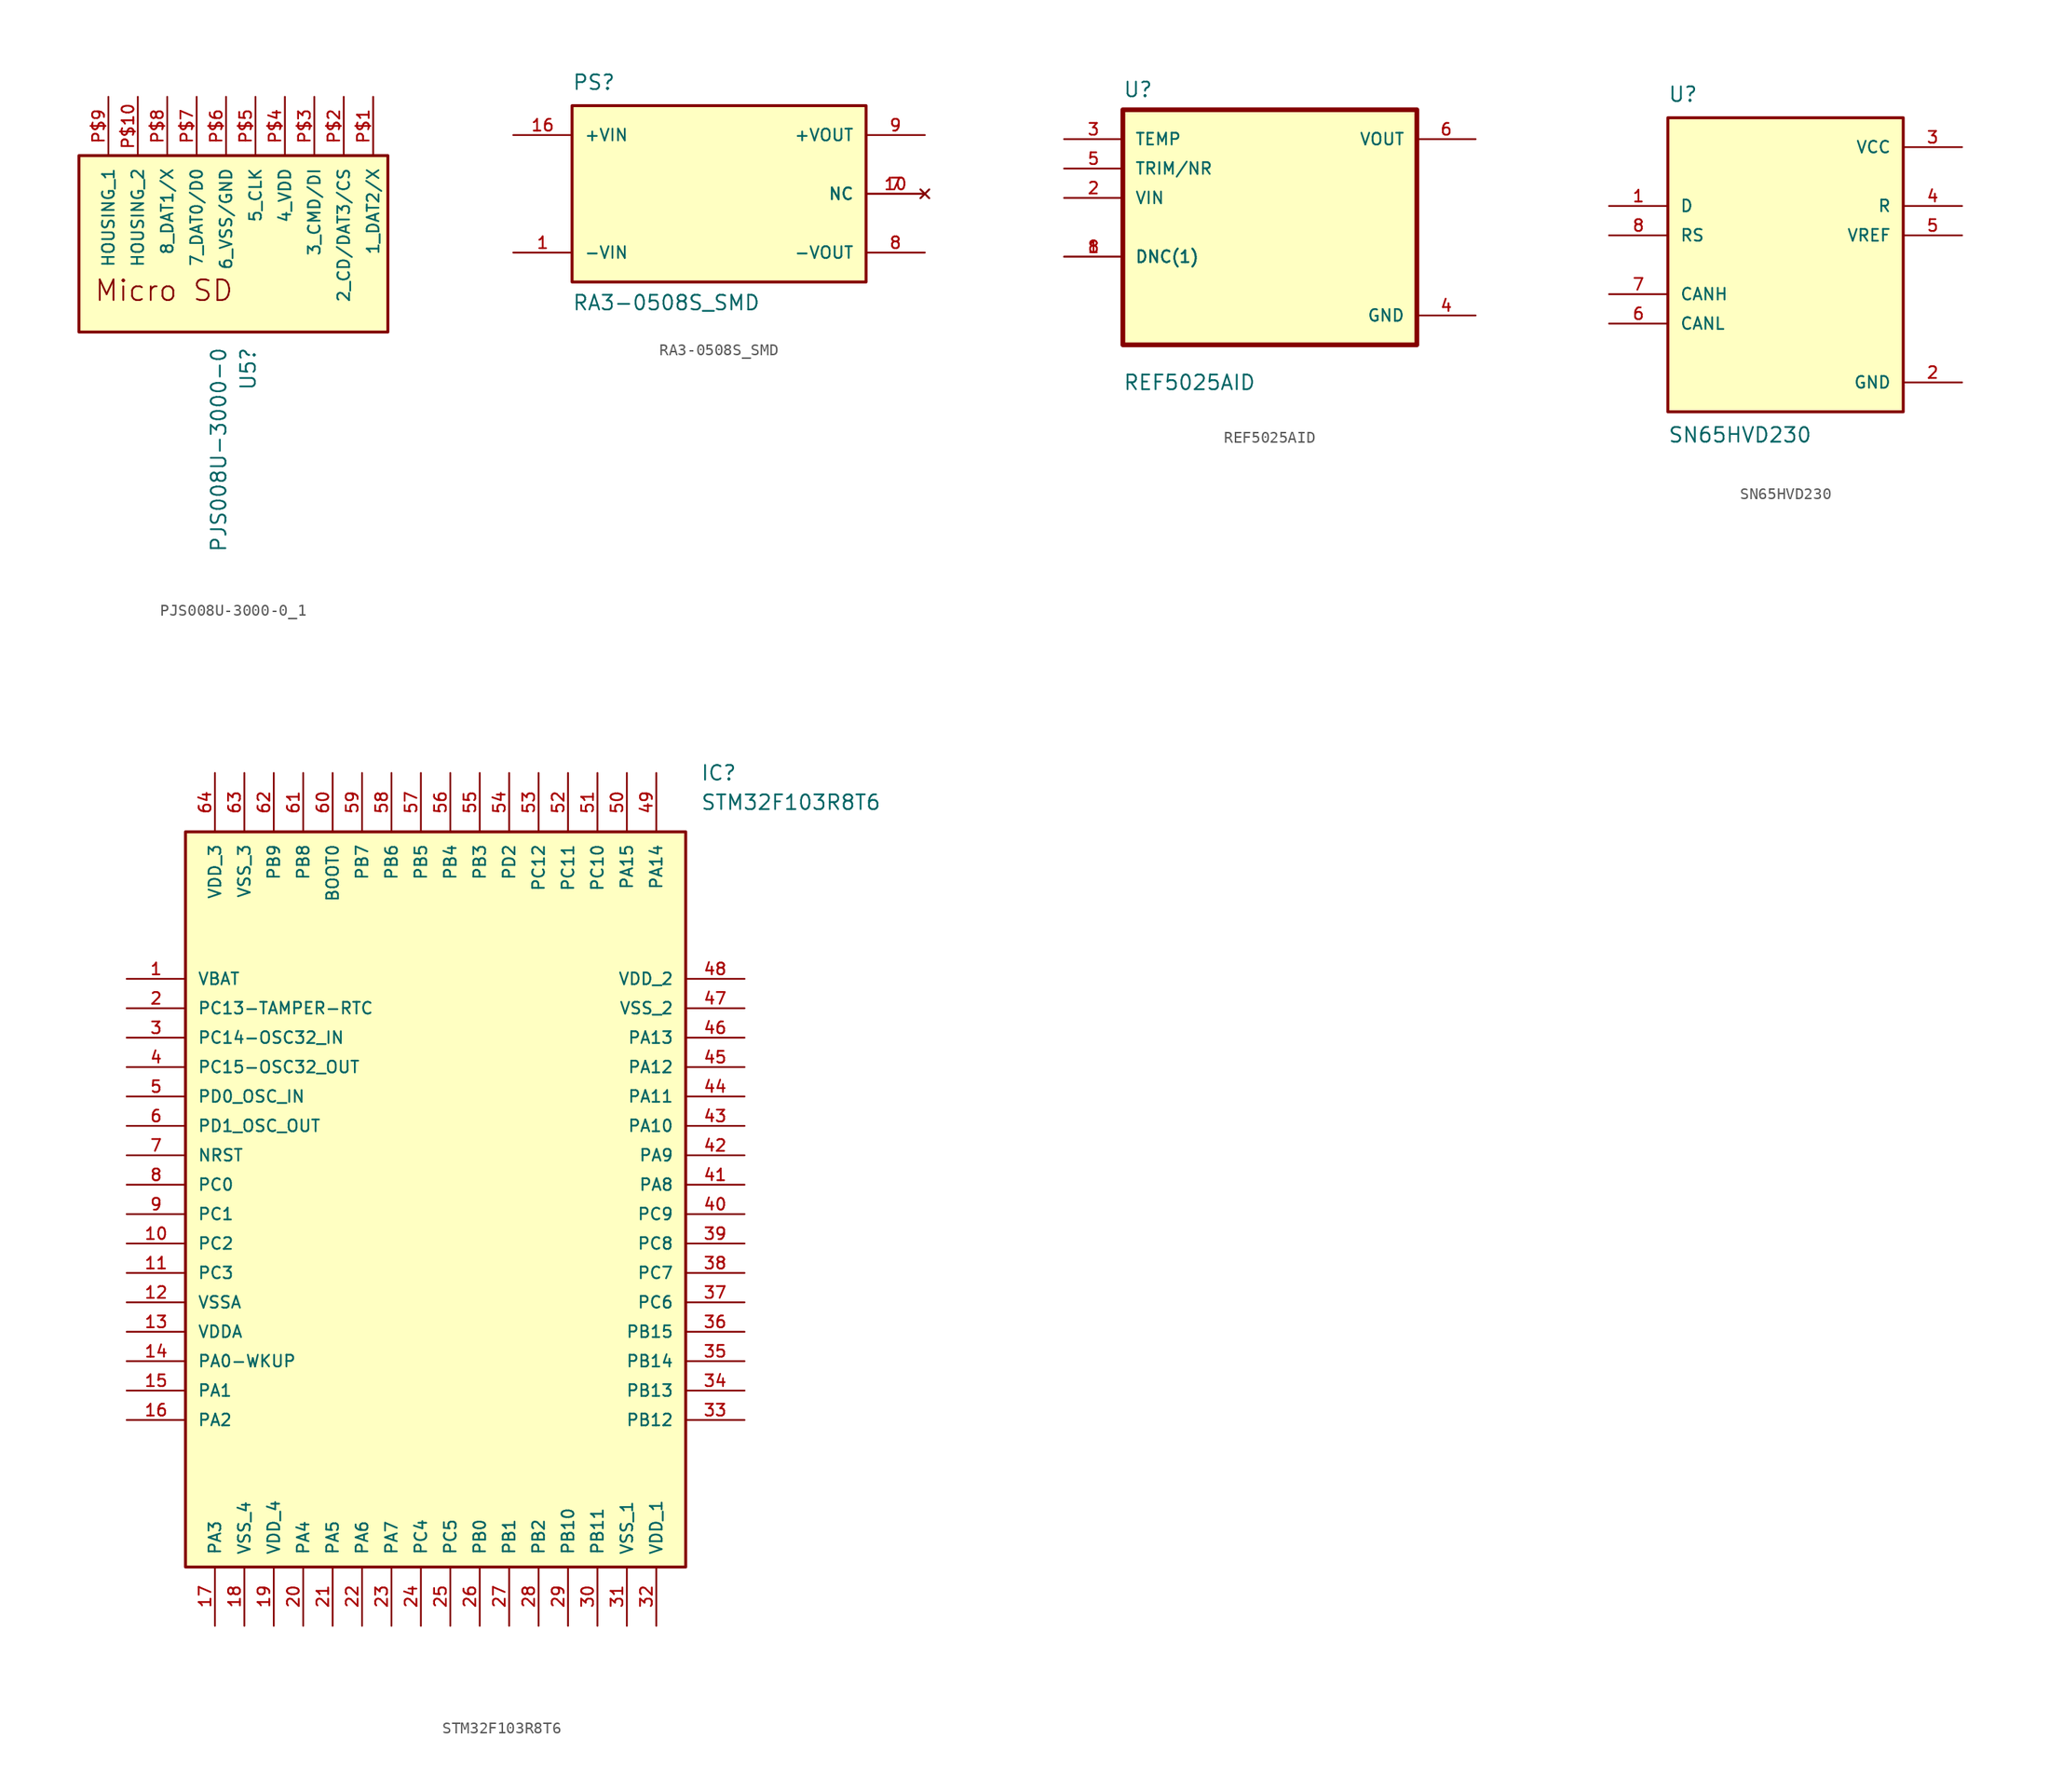
<source format=kicad_sym>
(kicad_symbol_lib
  (version 20231120)
  (generator "kicad_symbol_editor")
  (generator_version "8.0")
  (symbol "PJS008U-3000-0_1"
    (pin_names
      (offset 1.016))
    (property "Reference" "U5"
      (at 1.905 -12.7 90)
      (effects (font (size 1.27 1.27)) (justify right)))
    (property "Value" "PJS008U-3000-0"
      (at -0.635 -12.7 90)
      (effects (font (size 1.27 1.27)) (justify right)))
    (symbol "PJS008U-3000-0_1_0_0"
      (rectangle (start -12.7 3.81) (end 13.97 -11.43) (stroke (width 0.254) (type default)) (fill (type background)))
      (text "Micro SD" (at -11.43 -8.89 0) (effects (font (size 1.778 1.778)) (justify left bottom)))
      (pin bidirectional line (at 12.7 8.89 270) (length 5.08) (name "1_DAT2/X" (effects (font (size 1.016 1.016)))) (number "P$1" (effects (font (size 1.016 1.016)))))
      (pin bidirectional line (at -7.62 8.89 270) (length 5.08) (name "HOUSING_2" (effects (font (size 1.016 1.016)))) (number "P$10" (effects (font (size 1.016 1.016)))))
      (pin bidirectional line (at 10.16 8.89 270) (length 5.08) (name "2_CD/DAT3/CS" (effects (font (size 1.016 1.016)))) (number "P$2" (effects (font (size 1.016 1.016)))))
      (pin bidirectional line (at 7.62 8.89 270) (length 5.08) (name "3_CMD/DI" (effects (font (size 1.016 1.016)))) (number "P$3" (effects (font (size 1.016 1.016)))))
      (pin power_in line (at 5.08 8.89 270) (length 5.08) (name "4_VDD" (effects (font (size 1.016 1.016)))) (number "P$4" (effects (font (size 1.016 1.016)))))
      (pin bidirectional line (at 2.54 8.89 270) (length 5.08) (name "5_CLK" (effects (font (size 1.016 1.016)))) (number "P$5" (effects (font (size 1.016 1.016)))))
      (pin bidirectional line (at 0 8.89 270) (length 5.08) (name "6_VSS/GND" (effects (font (size 1.016 1.016)))) (number "P$6" (effects (font (size 1.016 1.016)))))
      (pin bidirectional line (at -2.54 8.89 270) (length 5.08) (name "7_DAT0/D0" (effects (font (size 1.016 1.016)))) (number "P$7" (effects (font (size 1.016 1.016)))))
      (pin bidirectional line (at -5.08 8.89 270) (length 5.08) (name "8_DAT1/X" (effects (font (size 1.016 1.016)))) (number "P$8" (effects (font (size 1.016 1.016)))))
      (pin bidirectional line (at -10.16 8.89 270) (length 5.08) (name "HOUSING_1" (effects (font (size 1.016 1.016)))) (number "P$9" (effects (font (size 1.016 1.016)))))))
  (symbol "RA3-0508S_SMD"
    (pin_names
      (offset 1.016))
    (property "Reference" "PS"
      (at -12.7 8.89 0)
      (effects (font (size 1.27 1.27)) (justify left bottom)))
    (property "Value" "RA3-0508S_SMD"
      (at -12.7 -10.16 0)
      (effects (font (size 1.27 1.27)) (justify left bottom)))
    (symbol "RA3-0508S_SMD_0_0"
      (rectangle (start -12.7 -7.62) (end 12.7 7.62) (stroke (width 0.254) (type default)) (fill (type background)))
      (pin input line (at -17.78 -5.08 0) (length 5.08) (name "-VIN" (effects (font (size 1.016 1.016)))) (number "1" (effects (font (size 1.016 1.016)))))
      (pin no_connect line (at 17.78 0 180) (length 5.08) (name "NC" (effects (font (size 1.016 1.016)))) (number "10" (effects (font (size 1.016 1.016)))))
      (pin input line (at -17.78 5.08 0) (length 5.08) (name "+VIN" (effects (font (size 1.016 1.016)))) (number "16" (effects (font (size 1.016 1.016)))))
      (pin no_connect line (at 17.78 0 180) (length 5.08) (name "NC" (effects (font (size 1.016 1.016)))) (number "7" (effects (font (size 1.016 1.016)))))
      (pin output line (at 17.78 -5.08 180) (length 5.08) (name "-VOUT" (effects (font (size 1.016 1.016)))) (number "8" (effects (font (size 1.016 1.016)))))
      (pin output line (at 17.78 5.08 180) (length 5.08) (name "+VOUT" (effects (font (size 1.016 1.016)))) (number "9" (effects (font (size 1.016 1.016)))))))
  (symbol "REF5025AID"
    (pin_names
      (offset 1.016))
    (property "Reference" "U"
      (at -12.7 11.16 0)
      (effects (font (size 1.27 1.27)) (justify left bottom)))
    (property "Value" "REF5025AID"
      (at -12.7 -14.16 0)
      (effects (font (size 1.27 1.27)) (justify left bottom)))
    (symbol "REF5025AID_0_0"
      (rectangle (start -12.7 -10.16) (end 12.7 10.16) (stroke (width 0.41) (type default)) (fill (type background)))
      (pin bidirectional line (at -17.78 -2.54 0) (length 5.08) (name "DNC(1)" (effects (font (size 1.016 1.016)))) (number "1" (effects (font (size 1.016 1.016)))))
      (pin input line (at -17.78 2.54 0) (length 5.08) (name "VIN" (effects (font (size 1.016 1.016)))) (number "2" (effects (font (size 1.016 1.016)))))
      (pin input line (at -17.78 7.62 0) (length 5.08) (name "TEMP" (effects (font (size 1.016 1.016)))) (number "3" (effects (font (size 1.016 1.016)))))
      (pin power_in line (at 17.78 -7.62 180) (length 5.08) (name "GND" (effects (font (size 1.016 1.016)))) (number "4" (effects (font (size 1.016 1.016)))))
      (pin input line (at -17.78 5.08 0) (length 5.08) (name "TRIM/NR" (effects (font (size 1.016 1.016)))) (number "5" (effects (font (size 1.016 1.016)))))
      (pin output line (at 17.78 7.62 180) (length 5.08) (name "VOUT" (effects (font (size 1.016 1.016)))) (number "6" (effects (font (size 1.016 1.016)))))
      (pin bidirectional line (at -17.78 -2.54 0) (length 5.08) (name "DNC(1)" (effects (font (size 1.016 1.016)))) (number "8" (effects (font (size 1.016 1.016)))))))
  (symbol "SN65HVD230"
    (pin_names
      (offset 1.016))
    (property "Reference" "U"
      (at -10.164 13.977 0)
      (effects (font (size 1.27 1.27)) (justify left bottom)))
    (property "Value" "SN65HVD230"
      (at -10.171 -13.956 0)
      (effects (font (size 1.27 1.27)) (justify left top)))
    (symbol "SN65HVD230_0_0"
      (rectangle (start -10.16 -12.7) (end 10.16 12.7) (stroke (width 0.254) (type default)) (fill (type background)))
      (pin input line (at -15.24 5.08 0) (length 5.08) (name "D" (effects (font (size 1.016 1.016)))) (number "1" (effects (font (size 1.016 1.016)))))
      (pin power_in line (at 15.24 -10.16 180) (length 5.08) (name "GND" (effects (font (size 1.016 1.016)))) (number "2" (effects (font (size 1.016 1.016)))))
      (pin power_in line (at 15.24 10.16 180) (length 5.08) (name "VCC" (effects (font (size 1.016 1.016)))) (number "3" (effects (font (size 1.016 1.016)))))
      (pin output line (at 15.24 5.08 180) (length 5.08) (name "R" (effects (font (size 1.016 1.016)))) (number "4" (effects (font (size 1.016 1.016)))))
      (pin output line (at 15.24 2.54 180) (length 5.08) (name "VREF" (effects (font (size 1.016 1.016)))) (number "5" (effects (font (size 1.016 1.016)))))
      (pin bidirectional line (at -15.24 -5.08 0) (length 5.08) (name "CANL" (effects (font (size 1.016 1.016)))) (number "6" (effects (font (size 1.016 1.016)))))
      (pin bidirectional line (at -15.24 -2.54 0) (length 5.08) (name "CANH" (effects (font (size 1.016 1.016)))) (number "7" (effects (font (size 1.016 1.016)))))
      (pin input line (at -15.24 2.54 0) (length 5.08) (name "RS" (effects (font (size 1.016 1.016)))) (number "8" (effects (font (size 1.016 1.016)))))))
  (symbol "STM32F103R8T6"
    (pin_names
      (offset 1.016))
    (property "Reference" "IC"
      (at 49.53 17.78 0)
      (effects (font (size 1.27 1.27)) (justify left)))
    (property "Value" "STM32F103R8T6"
      (at 49.53 15.24 0)
      (effects (font (size 1.27 1.27)) (justify left)))
    (symbol "STM32F103R8T6_0_0"
      (rectangle (start 5.08 -50.8) (end 48.26 12.7) (stroke (width 0.254) (type default)) (fill (type background)))
      (pin bidirectional line (at 0 0 0) (length 5.08) (name "VBAT" (effects (font (size 1.016 1.016)))) (number "1" (effects (font (size 1.016 1.016)))))
      (pin bidirectional line (at 0 -22.86 0) (length 5.08) (name "PC2" (effects (font (size 1.016 1.016)))) (number "10" (effects (font (size 1.016 1.016)))))
      (pin bidirectional line (at 0 -25.4 0) (length 5.08) (name "PC3" (effects (font (size 1.016 1.016)))) (number "11" (effects (font (size 1.016 1.016)))))
      (pin power_in line (at 0 -27.94 0) (length 5.08) (name "VSSA" (effects (font (size 1.016 1.016)))) (number "12" (effects (font (size 1.016 1.016)))))
      (pin power_in line (at 0 -30.48 0) (length 5.08) (name "VDDA" (effects (font (size 1.016 1.016)))) (number "13" (effects (font (size 1.016 1.016)))))
      (pin bidirectional line (at 0 -33.02 0) (length 5.08) (name "PA0-WKUP" (effects (font (size 1.016 1.016)))) (number "14" (effects (font (size 1.016 1.016)))))
      (pin bidirectional line (at 0 -35.56 0) (length 5.08) (name "PA1" (effects (font (size 1.016 1.016)))) (number "15" (effects (font (size 1.016 1.016)))))
      (pin bidirectional line (at 0 -38.1 0) (length 5.08) (name "PA2" (effects (font (size 1.016 1.016)))) (number "16" (effects (font (size 1.016 1.016)))))
      (pin bidirectional line (at 7.62 -55.88 90) (length 5.08) (name "PA3" (effects (font (size 1.016 1.016)))) (number "17" (effects (font (size 1.016 1.016)))))
      (pin power_in line (at 10.16 -55.88 90) (length 5.08) (name "VSS_4" (effects (font (size 1.016 1.016)))) (number "18" (effects (font (size 1.016 1.016)))))
      (pin power_in line (at 12.7 -55.88 90) (length 5.08) (name "VDD_4" (effects (font (size 1.016 1.016)))) (number "19" (effects (font (size 1.016 1.016)))))
      (pin bidirectional line (at 0 -2.54 0) (length 5.08) (name "PC13-TAMPER-RTC" (effects (font (size 1.016 1.016)))) (number "2" (effects (font (size 1.016 1.016)))))
      (pin bidirectional line (at 15.24 -55.88 90) (length 5.08) (name "PA4" (effects (font (size 1.016 1.016)))) (number "20" (effects (font (size 1.016 1.016)))))
      (pin bidirectional line (at 17.78 -55.88 90) (length 5.08) (name "PA5" (effects (font (size 1.016 1.016)))) (number "21" (effects (font (size 1.016 1.016)))))
      (pin bidirectional line (at 20.32 -55.88 90) (length 5.08) (name "PA6" (effects (font (size 1.016 1.016)))) (number "22" (effects (font (size 1.016 1.016)))))
      (pin bidirectional line (at 22.86 -55.88 90) (length 5.08) (name "PA7" (effects (font (size 1.016 1.016)))) (number "23" (effects (font (size 1.016 1.016)))))
      (pin bidirectional line (at 25.4 -55.88 90) (length 5.08) (name "PC4" (effects (font (size 1.016 1.016)))) (number "24" (effects (font (size 1.016 1.016)))))
      (pin bidirectional line (at 27.94 -55.88 90) (length 5.08) (name "PC5" (effects (font (size 1.016 1.016)))) (number "25" (effects (font (size 1.016 1.016)))))
      (pin bidirectional line (at 30.48 -55.88 90) (length 5.08) (name "PB0" (effects (font (size 1.016 1.016)))) (number "26" (effects (font (size 1.016 1.016)))))
      (pin bidirectional line (at 33.02 -55.88 90) (length 5.08) (name "PB1" (effects (font (size 1.016 1.016)))) (number "27" (effects (font (size 1.016 1.016)))))
      (pin bidirectional line (at 35.56 -55.88 90) (length 5.08) (name "PB2" (effects (font (size 1.016 1.016)))) (number "28" (effects (font (size 1.016 1.016)))))
      (pin bidirectional line (at 38.1 -55.88 90) (length 5.08) (name "PB10" (effects (font (size 1.016 1.016)))) (number "29" (effects (font (size 1.016 1.016)))))
      (pin input line (at 0 -5.08 0) (length 5.08) (name "PC14-OSC32_IN" (effects (font (size 1.016 1.016)))) (number "3" (effects (font (size 1.016 1.016)))))
      (pin bidirectional line (at 40.64 -55.88 90) (length 5.08) (name "PB11" (effects (font (size 1.016 1.016)))) (number "30" (effects (font (size 1.016 1.016)))))
      (pin power_in line (at 43.18 -55.88 90) (length 5.08) (name "VSS_1" (effects (font (size 1.016 1.016)))) (number "31" (effects (font (size 1.016 1.016)))))
      (pin power_in line (at 45.72 -55.88 90) (length 5.08) (name "VDD_1" (effects (font (size 1.016 1.016)))) (number "32" (effects (font (size 1.016 1.016)))))
      (pin bidirectional line (at 53.34 -38.1 180) (length 5.08) (name "PB12" (effects (font (size 1.016 1.016)))) (number "33" (effects (font (size 1.016 1.016)))))
      (pin bidirectional line (at 53.34 -35.56 180) (length 5.08) (name "PB13" (effects (font (size 1.016 1.016)))) (number "34" (effects (font (size 1.016 1.016)))))
      (pin bidirectional line (at 53.34 -33.02 180) (length 5.08) (name "PB14" (effects (font (size 1.016 1.016)))) (number "35" (effects (font (size 1.016 1.016)))))
      (pin bidirectional line (at 53.34 -30.48 180) (length 5.08) (name "PB15" (effects (font (size 1.016 1.016)))) (number "36" (effects (font (size 1.016 1.016)))))
      (pin bidirectional line (at 53.34 -27.94 180) (length 5.08) (name "PC6" (effects (font (size 1.016 1.016)))) (number "37" (effects (font (size 1.016 1.016)))))
      (pin bidirectional line (at 53.34 -25.4 180) (length 5.08) (name "PC7" (effects (font (size 1.016 1.016)))) (number "38" (effects (font (size 1.016 1.016)))))
      (pin bidirectional line (at 53.34 -22.86 180) (length 5.08) (name "PC8" (effects (font (size 1.016 1.016)))) (number "39" (effects (font (size 1.016 1.016)))))
      (pin output line (at 0 -7.62 0) (length 5.08) (name "PC15-OSC32_OUT" (effects (font (size 1.016 1.016)))) (number "4" (effects (font (size 1.016 1.016)))))
      (pin bidirectional line (at 53.34 -20.32 180) (length 5.08) (name "PC9" (effects (font (size 1.016 1.016)))) (number "40" (effects (font (size 1.016 1.016)))))
      (pin bidirectional line (at 53.34 -17.78 180) (length 5.08) (name "PA8" (effects (font (size 1.016 1.016)))) (number "41" (effects (font (size 1.016 1.016)))))
      (pin bidirectional line (at 53.34 -15.24 180) (length 5.08) (name "PA9" (effects (font (size 1.016 1.016)))) (number "42" (effects (font (size 1.016 1.016)))))
      (pin bidirectional line (at 53.34 -12.7 180) (length 5.08) (name "PA10" (effects (font (size 1.016 1.016)))) (number "43" (effects (font (size 1.016 1.016)))))
      (pin bidirectional line (at 53.34 -10.16 180) (length 5.08) (name "PA11" (effects (font (size 1.016 1.016)))) (number "44" (effects (font (size 1.016 1.016)))))
      (pin bidirectional line (at 53.34 -7.62 180) (length 5.08) (name "PA12" (effects (font (size 1.016 1.016)))) (number "45" (effects (font (size 1.016 1.016)))))
      (pin bidirectional line (at 53.34 -5.08 180) (length 5.08) (name "PA13" (effects (font (size 1.016 1.016)))) (number "46" (effects (font (size 1.016 1.016)))))
      (pin power_in line (at 53.34 -2.54 180) (length 5.08) (name "VSS_2" (effects (font (size 1.016 1.016)))) (number "47" (effects (font (size 1.016 1.016)))))
      (pin power_in line (at 53.34 0 180) (length 5.08) (name "VDD_2" (effects (font (size 1.016 1.016)))) (number "48" (effects (font (size 1.016 1.016)))))
      (pin bidirectional line (at 45.72 17.78 270) (length 5.08) (name "PA14" (effects (font (size 1.016 1.016)))) (number "49" (effects (font (size 1.016 1.016)))))
      (pin input line (at 0 -10.16 0) (length 5.08) (name "PD0_OSC_IN" (effects (font (size 1.016 1.016)))) (number "5" (effects (font (size 1.016 1.016)))))
      (pin bidirectional line (at 43.18 17.78 270) (length 5.08) (name "PA15" (effects (font (size 1.016 1.016)))) (number "50" (effects (font (size 1.016 1.016)))))
      (pin bidirectional line (at 40.64 17.78 270) (length 5.08) (name "PC10" (effects (font (size 1.016 1.016)))) (number "51" (effects (font (size 1.016 1.016)))))
      (pin bidirectional line (at 38.1 17.78 270) (length 5.08) (name "PC11" (effects (font (size 1.016 1.016)))) (number "52" (effects (font (size 1.016 1.016)))))
      (pin bidirectional line (at 35.56 17.78 270) (length 5.08) (name "PC12" (effects (font (size 1.016 1.016)))) (number "53" (effects (font (size 1.016 1.016)))))
      (pin bidirectional line (at 33.02 17.78 270) (length 5.08) (name "PD2" (effects (font (size 1.016 1.016)))) (number "54" (effects (font (size 1.016 1.016)))))
      (pin bidirectional line (at 30.48 17.78 270) (length 5.08) (name "PB3" (effects (font (size 1.016 1.016)))) (number "55" (effects (font (size 1.016 1.016)))))
      (pin bidirectional line (at 27.94 17.78 270) (length 5.08) (name "PB4" (effects (font (size 1.016 1.016)))) (number "56" (effects (font (size 1.016 1.016)))))
      (pin bidirectional line (at 25.4 17.78 270) (length 5.08) (name "PB5" (effects (font (size 1.016 1.016)))) (number "57" (effects (font (size 1.016 1.016)))))
      (pin bidirectional line (at 22.86 17.78 270) (length 5.08) (name "PB6" (effects (font (size 1.016 1.016)))) (number "58" (effects (font (size 1.016 1.016)))))
      (pin bidirectional line (at 20.32 17.78 270) (length 5.08) (name "PB7" (effects (font (size 1.016 1.016)))) (number "59" (effects (font (size 1.016 1.016)))))
      (pin output line (at 0 -12.7 0) (length 5.08) (name "PD1_OSC_OUT" (effects (font (size 1.016 1.016)))) (number "6" (effects (font (size 1.016 1.016)))))
      (pin bidirectional line (at 17.78 17.78 270) (length 5.08) (name "BOOT0" (effects (font (size 1.016 1.016)))) (number "60" (effects (font (size 1.016 1.016)))))
      (pin bidirectional line (at 15.24 17.78 270) (length 5.08) (name "PB8" (effects (font (size 1.016 1.016)))) (number "61" (effects (font (size 1.016 1.016)))))
      (pin bidirectional line (at 12.7 17.78 270) (length 5.08) (name "PB9" (effects (font (size 1.016 1.016)))) (number "62" (effects (font (size 1.016 1.016)))))
      (pin power_in line (at 10.16 17.78 270) (length 5.08) (name "VSS_3" (effects (font (size 1.016 1.016)))) (number "63" (effects (font (size 1.016 1.016)))))
      (pin power_in line (at 7.62 17.78 270) (length 5.08) (name "VDD_3" (effects (font (size 1.016 1.016)))) (number "64" (effects (font (size 1.016 1.016)))))
      (pin input line (at 0 -15.24 0) (length 5.08) (name "NRST" (effects (font (size 1.016 1.016)))) (number "7" (effects (font (size 1.016 1.016)))))
      (pin bidirectional line (at 0 -17.78 0) (length 5.08) (name "PC0" (effects (font (size 1.016 1.016)))) (number "8" (effects (font (size 1.016 1.016)))))
      (pin bidirectional line (at 0 -20.32 0) (length 5.08) (name "PC1" (effects (font (size 1.016 1.016)))) (number "9" (effects (font (size 1.016 1.016))))))))
</source>
